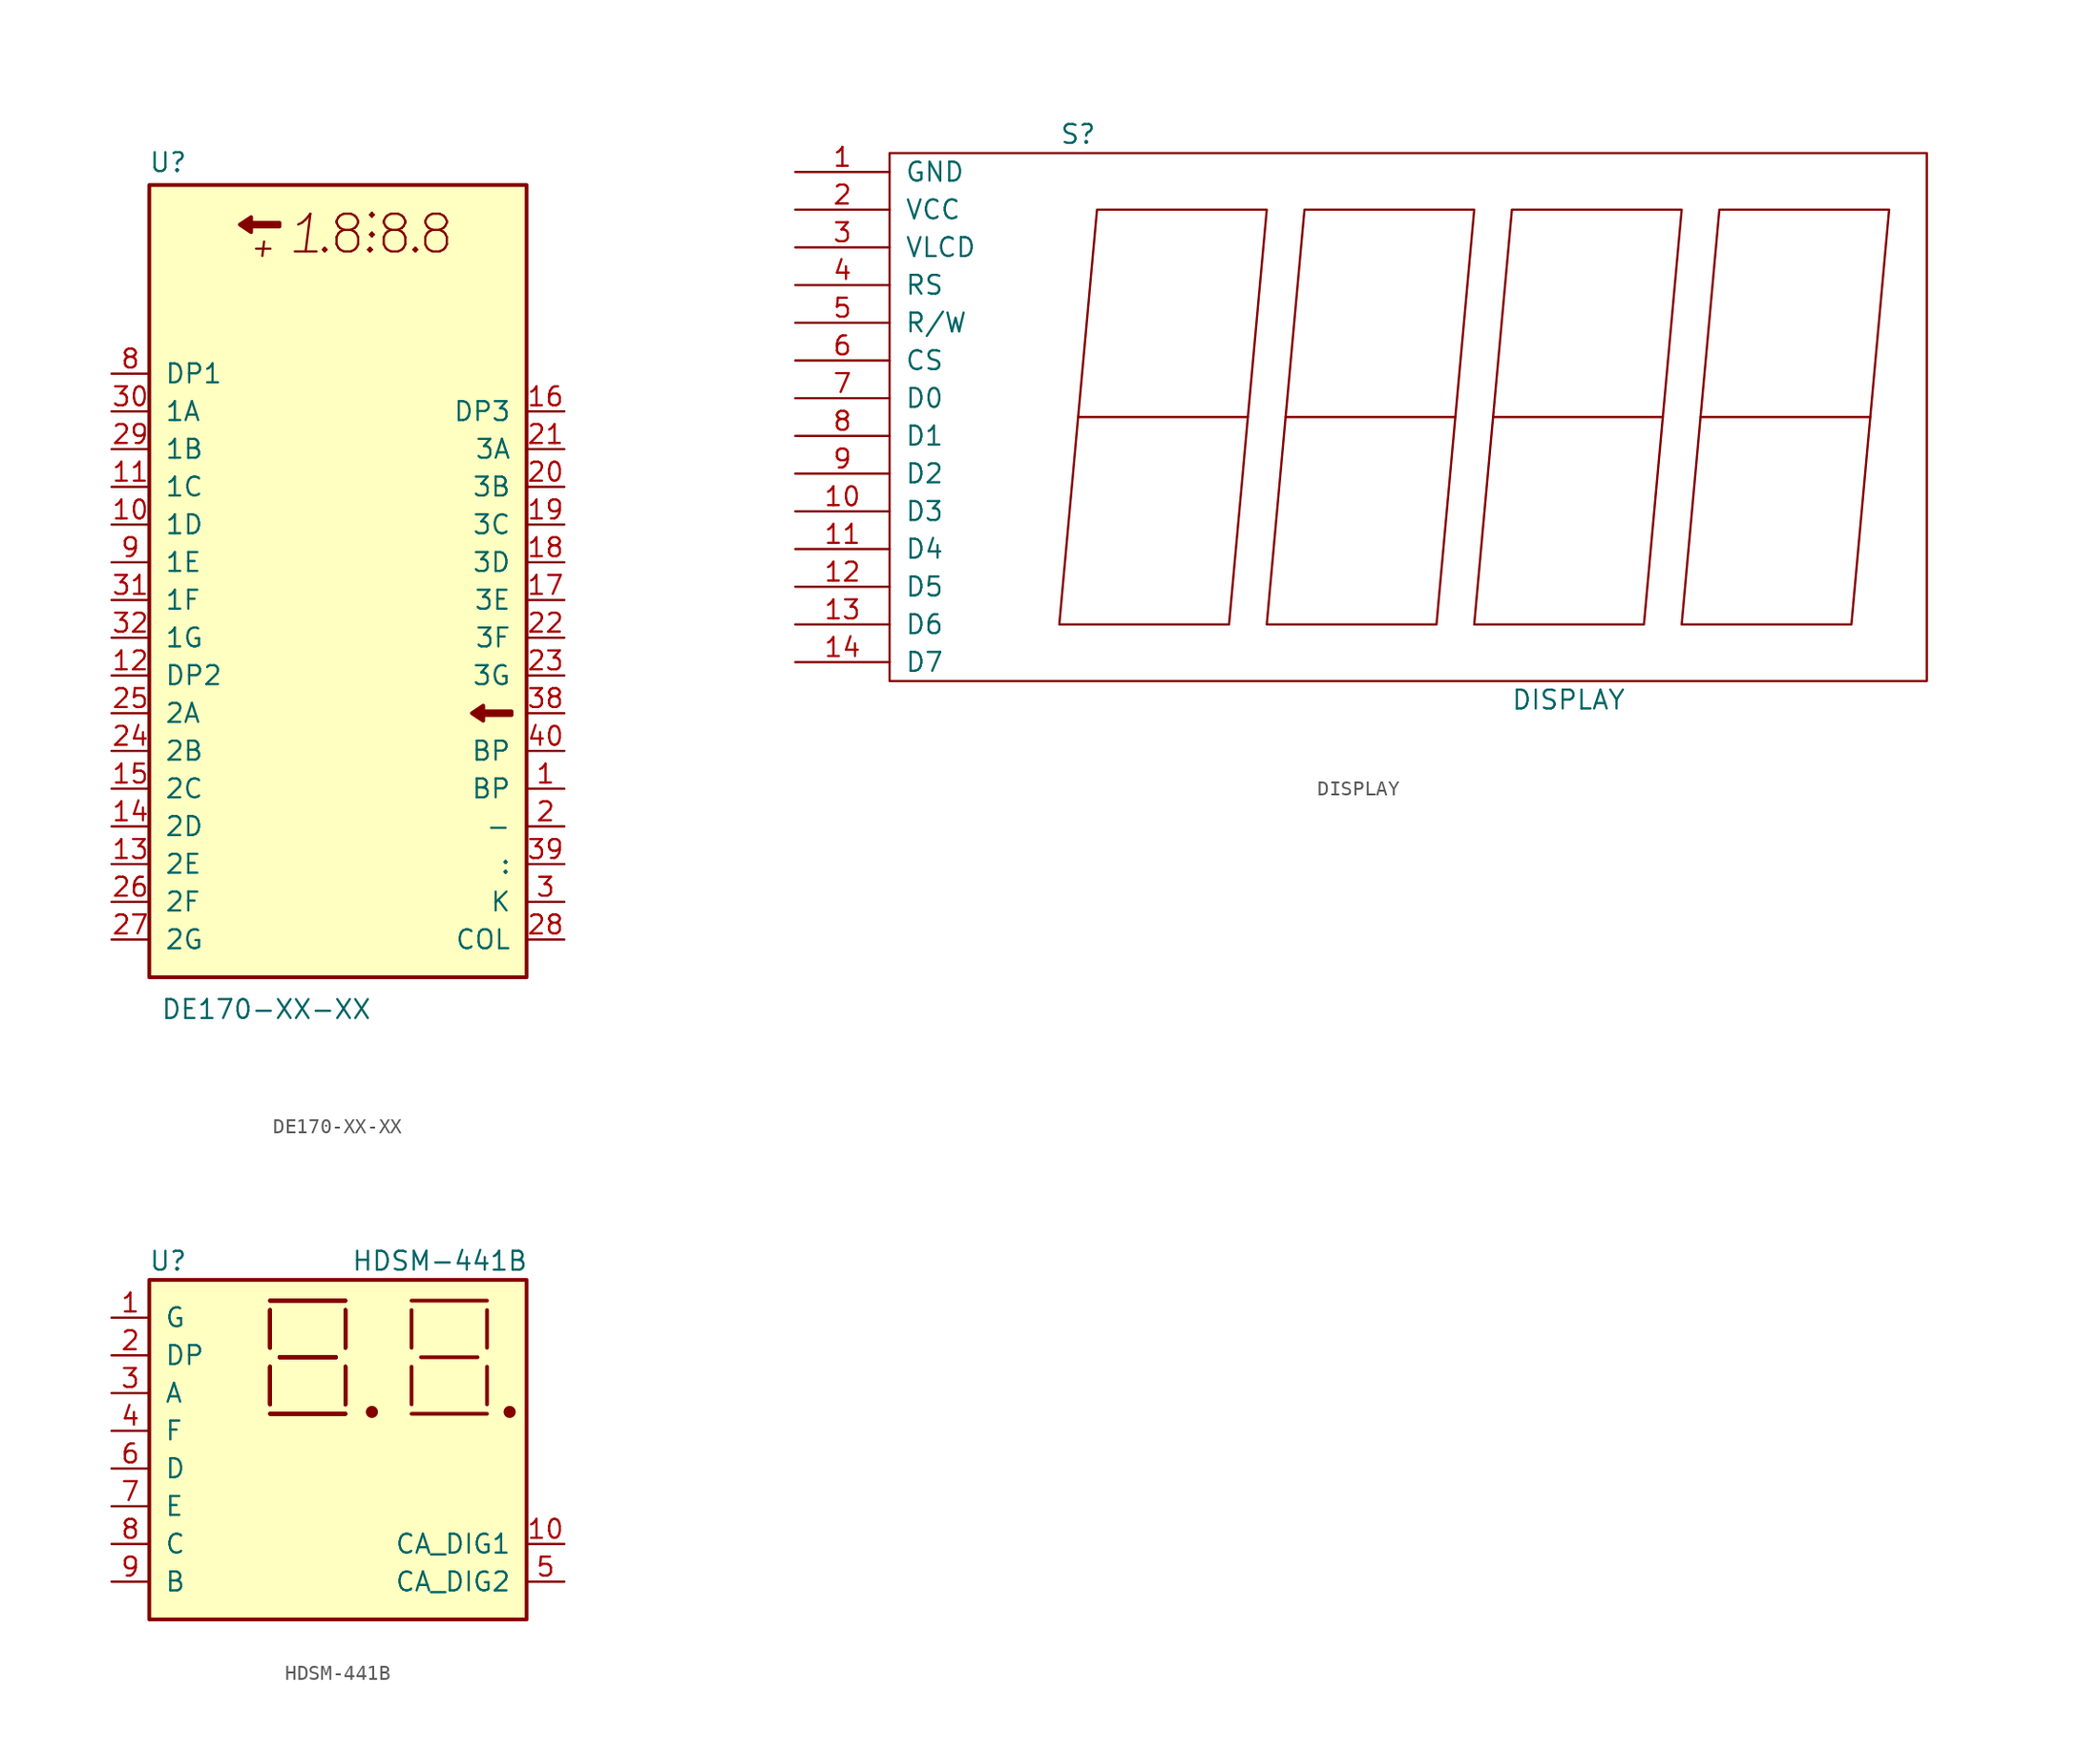
<source format=kicad_sym>
(kicad_symbol_lib
  (version 20231120)
  (generator "kicad_symbol_editor")
  (generator_version "8.0")
  (symbol "DE170-XX-XX"
    (pin_names
      (offset 1.016))
    (property "Reference" "U"
      (at -11.43 26.924 0)
      (effects (font (size 1.27 1.27))))
    (property "Value" "DE170-XX-XX"
      (at -11.938 -30.099 0)
      (effects (font (size 1.27 1.27)) (justify left)))
    (symbol "DE170-XX-XX_0_0"
      (text "+" (at -5.08 21.209 0) (effects (font (size 1.27 1.27) (italic yes))))
      (text "." (at -0.889 22.098 0) (effects (font (size 2.54 2.54))))
      (text "." (at 2.159 22.098 0) (effects (font (size 2.54 2.54))))
      (text "." (at 5.207 22.098 0) (effects (font (size 2.54 2.54))))
      (text "1" (at -2.159 22.098 0) (effects (font (size 2.54 2.54) (italic yes))))
      (text "8" (at 0.635 22.098 0) (effects (font (size 2.54 2.54))))
      (text "8" (at 3.81 22.098 0) (effects (font (size 2.54 2.54))))
      (text "8" (at 6.604 22.098 0) (effects (font (size 2.54 2.54))))
      (text ":" (at 2.286 23.114 0) (effects (font (size 2.54 2.54)))))
    (symbol "DE170-XX-XX_0_1"
      (rectangle (start -12.7 25.4) (end 12.7 -27.94) (stroke (width 0.254) (type default)) (fill (type background)))
      (polyline (pts (xy -3.937 22.86) (xy -3.937 22.606) (xy -5.842 22.606) (xy -5.842 22.225) (xy -6.604 22.733) (xy -5.842 23.241) (xy -5.842 22.86) (xy -3.937 22.86)) (stroke (width 0.254) (type default)) (fill (type outline)))
      (polyline (pts (xy 11.684 -10.033) (xy 11.684 -10.287) (xy 9.779 -10.287) (xy 9.779 -10.668) (xy 9.017 -10.16) (xy 9.779 -9.652) (xy 9.779 -10.033) (xy 11.684 -10.033)) (stroke (width 0.254) (type default)) (fill (type outline))))
    (symbol "DE170-XX-XX_1_1"
      (pin input line (at 15.24 -15.24 180) (length 2.54) (name "BP" (effects (font (size 1.27 1.27)))) (number "1" (effects (font (size 1.27 1.27)))))
      (pin input line (at -15.24 2.54 0) (length 2.54) (name "1D" (effects (font (size 1.27 1.27)))) (number "10" (effects (font (size 1.27 1.27)))))
      (pin input line (at -15.24 5.08 0) (length 2.54) (name "1C" (effects (font (size 1.27 1.27)))) (number "11" (effects (font (size 1.27 1.27)))))
      (pin input line (at -15.24 -7.62 0) (length 2.54) (name "DP2" (effects (font (size 1.27 1.27)))) (number "12" (effects (font (size 1.27 1.27)))))
      (pin input line (at -15.24 -20.32 0) (length 2.54) (name "2E" (effects (font (size 1.27 1.27)))) (number "13" (effects (font (size 1.27 1.27)))))
      (pin input line (at -15.24 -17.78 0) (length 2.54) (name "2D" (effects (font (size 1.27 1.27)))) (number "14" (effects (font (size 1.27 1.27)))))
      (pin input line (at -15.24 -15.24 0) (length 2.54) (name "2C" (effects (font (size 1.27 1.27)))) (number "15" (effects (font (size 1.27 1.27)))))
      (pin input line (at 15.24 10.16 180) (length 2.54) (name "DP3" (effects (font (size 1.27 1.27)))) (number "16" (effects (font (size 1.27 1.27)))))
      (pin input line (at 15.24 -2.54 180) (length 2.54) (name "3E" (effects (font (size 1.27 1.27)))) (number "17" (effects (font (size 1.27 1.27)))))
      (pin input line (at 15.24 0 180) (length 2.54) (name "3D" (effects (font (size 1.27 1.27)))) (number "18" (effects (font (size 1.27 1.27)))))
      (pin input line (at 15.24 2.54 180) (length 2.54) (name "3C" (effects (font (size 1.27 1.27)))) (number "19" (effects (font (size 1.27 1.27)))))
      (pin input line (at 15.24 -17.78 180) (length 2.54) (name "-" (effects (font (size 1.27 1.27)))) (number "2" (effects (font (size 1.27 1.27)))))
      (pin input line (at 15.24 5.08 180) (length 2.54) (name "3B" (effects (font (size 1.27 1.27)))) (number "20" (effects (font (size 1.27 1.27)))))
      (pin input line (at 15.24 7.62 180) (length 2.54) (name "3A" (effects (font (size 1.27 1.27)))) (number "21" (effects (font (size 1.27 1.27)))))
      (pin input line (at 15.24 -5.08 180) (length 2.54) (name "3F" (effects (font (size 1.27 1.27)))) (number "22" (effects (font (size 1.27 1.27)))))
      (pin input line (at 15.24 -7.62 180) (length 2.54) (name "3G" (effects (font (size 1.27 1.27)))) (number "23" (effects (font (size 1.27 1.27)))))
      (pin input line (at -15.24 -12.7 0) (length 2.54) (name "2B" (effects (font (size 1.27 1.27)))) (number "24" (effects (font (size 1.27 1.27)))))
      (pin input line (at -15.24 -10.16 0) (length 2.54) (name "2A" (effects (font (size 1.27 1.27)))) (number "25" (effects (font (size 1.27 1.27)))))
      (pin input line (at -15.24 -22.86 0) (length 2.54) (name "2F" (effects (font (size 1.27 1.27)))) (number "26" (effects (font (size 1.27 1.27)))))
      (pin input line (at -15.24 -25.4 0) (length 2.54) (name "2G" (effects (font (size 1.27 1.27)))) (number "27" (effects (font (size 1.27 1.27)))))
      (pin input line (at 15.24 -25.4 180) (length 2.54) (name "COL" (effects (font (size 1.27 1.27)))) (number "28" (effects (font (size 1.27 1.27)))))
      (pin input line (at -15.24 7.62 0) (length 2.54) (name "1B" (effects (font (size 1.27 1.27)))) (number "29" (effects (font (size 1.27 1.27)))))
      (pin input line (at 15.24 -22.86 180) (length 2.54) (name "K" (effects (font (size 1.27 1.27)))) (number "3" (effects (font (size 1.27 1.27)))))
      (pin input line (at -15.24 10.16 0) (length 2.54) (name "1A" (effects (font (size 1.27 1.27)))) (number "30" (effects (font (size 1.27 1.27)))))
      (pin input line (at -15.24 -2.54 0) (length 2.54) (name "1F" (effects (font (size 1.27 1.27)))) (number "31" (effects (font (size 1.27 1.27)))))
      (pin input line (at -15.24 -5.08 0) (length 2.54) (name "1G" (effects (font (size 1.27 1.27)))) (number "32" (effects (font (size 1.27 1.27)))))
      (pin no_connect line (at 15.24 12.7 180) (length 2.54) hide (name "NC" (effects (font (size 1.27 1.27)))) (number "33" (effects (font (size 1.27 1.27)))))
      (pin no_connect line (at 15.24 15.24 180) (length 2.54) hide (name "NC" (effects (font (size 1.27 1.27)))) (number "34" (effects (font (size 1.27 1.27)))))
      (pin no_connect line (at 15.24 17.78 180) (length 2.54) hide (name "NC" (effects (font (size 1.27 1.27)))) (number "35" (effects (font (size 1.27 1.27)))))
      (pin no_connect line (at 15.24 20.32 180) (length 2.54) hide (name "NC" (effects (font (size 1.27 1.27)))) (number "36" (effects (font (size 1.27 1.27)))))
      (pin no_connect line (at 15.24 22.86 180) (length 2.54) hide (name "NC" (effects (font (size 1.27 1.27)))) (number "37" (effects (font (size 1.27 1.27)))))
      (pin input line (at 15.24 -10.16 180) (length 2.54) (name "~" (effects (font (size 1.27 1.27)))) (number "38" (effects (font (size 1.27 1.27)))))
      (pin input line (at 15.24 -20.32 180) (length 2.54) (name ":" (effects (font (size 1.27 1.27)))) (number "39" (effects (font (size 1.27 1.27)))))
      (pin no_connect line (at -15.24 22.86 0) (length 2.54) hide (name "NC" (effects (font (size 1.27 1.27)))) (number "4" (effects (font (size 1.27 1.27)))))
      (pin input line (at 15.24 -12.7 180) (length 2.54) (name "BP" (effects (font (size 1.27 1.27)))) (number "40" (effects (font (size 1.27 1.27)))))
      (pin no_connect line (at -15.24 20.32 0) (length 2.54) hide (name "NC" (effects (font (size 1.27 1.27)))) (number "5" (effects (font (size 1.27 1.27)))))
      (pin no_connect line (at -15.24 17.78 0) (length 2.54) hide (name "NC" (effects (font (size 1.27 1.27)))) (number "6" (effects (font (size 1.27 1.27)))))
      (pin no_connect line (at -15.24 15.24 0) (length 2.54) hide (name "NC" (effects (font (size 1.27 1.27)))) (number "7" (effects (font (size 1.27 1.27)))))
      (pin input line (at -15.24 12.7 0) (length 2.54) (name "DP1" (effects (font (size 1.27 1.27)))) (number "8" (effects (font (size 1.27 1.27)))))
      (pin input line (at -15.24 0 0) (length 2.54) (name "1E" (effects (font (size 1.27 1.27)))) (number "9" (effects (font (size 1.27 1.27)))))))
  (symbol "DISPLAY"
    (pin_names
      (offset 1.016))
    (property "Reference" "S"
      (at -26.67 19.05 0)
      (effects (font (size 1.27 1.27))))
    (property "Value" "DISPLAY"
      (at 6.35 -19.05 0)
      (effects (font (size 1.27 1.27))))
    (symbol "DISPLAY_0_1"
      (rectangle (start -39.37 17.78) (end 30.48 -17.78) (stroke (width 0) (type default)) (fill (type none)))
      (polyline (pts (xy -26.67 0) (xy -15.24 0)) (stroke (width 0) (type default)) (fill (type none)))
      (polyline (pts (xy -12.7 0) (xy -1.27 0)) (stroke (width 0) (type default)) (fill (type none)))
      (polyline (pts (xy 1.27 0) (xy 12.7 0)) (stroke (width 0) (type default)) (fill (type none)))
      (polyline (pts (xy 15.24 0) (xy 26.67 0)) (stroke (width 0) (type default)) (fill (type none)))
      (polyline (pts (xy -27.94 -13.97) (xy -25.4 13.97) (xy -13.97 13.97) (xy -16.51 -13.97) (xy -27.94 -13.97)) (stroke (width 0) (type default)) (fill (type none)))
      (polyline (pts (xy -13.97 -13.97) (xy -11.43 13.97) (xy 0 13.97) (xy -2.54 -13.97) (xy -13.97 -13.97)) (stroke (width 0) (type default)) (fill (type none)))
      (polyline (pts (xy 0 -13.97) (xy 2.54 13.97) (xy 13.97 13.97) (xy 11.43 -13.97) (xy 0 -13.97)) (stroke (width 0) (type default)) (fill (type none)))
      (polyline (pts (xy 16.51 13.97) (xy 13.97 -13.97) (xy 25.4 -13.97) (xy 27.94 13.97) (xy 16.51 13.97)) (stroke (width 0) (type default)) (fill (type none))))
    (symbol "DISPLAY_1_1"
      (pin power_in line (at -45.72 16.51 0) (length 6.35) (name "GND" (effects (font (size 1.27 1.27)))) (number "1" (effects (font (size 1.27 1.27)))))
      (pin tri_state line (at -45.72 -6.35 0) (length 6.35) (name "D3" (effects (font (size 1.27 1.27)))) (number "10" (effects (font (size 1.27 1.27)))))
      (pin tri_state line (at -45.72 -8.89 0) (length 6.35) (name "D4" (effects (font (size 1.27 1.27)))) (number "11" (effects (font (size 1.27 1.27)))))
      (pin tri_state line (at -45.72 -11.43 0) (length 6.35) (name "D5" (effects (font (size 1.27 1.27)))) (number "12" (effects (font (size 1.27 1.27)))))
      (pin tri_state line (at -45.72 -13.97 0) (length 6.35) (name "D6" (effects (font (size 1.27 1.27)))) (number "13" (effects (font (size 1.27 1.27)))))
      (pin tri_state line (at -45.72 -16.51 0) (length 6.35) (name "D7" (effects (font (size 1.27 1.27)))) (number "14" (effects (font (size 1.27 1.27)))))
      (pin power_in line (at -45.72 13.97 0) (length 6.35) (name "VCC" (effects (font (size 1.27 1.27)))) (number "2" (effects (font (size 1.27 1.27)))))
      (pin input line (at -45.72 11.43 0) (length 6.35) (name "VLCD" (effects (font (size 1.27 1.27)))) (number "3" (effects (font (size 1.27 1.27)))))
      (pin input line (at -45.72 8.89 0) (length 6.35) (name "RS" (effects (font (size 1.27 1.27)))) (number "4" (effects (font (size 1.27 1.27)))))
      (pin input line (at -45.72 6.35 0) (length 6.35) (name "R/W" (effects (font (size 1.27 1.27)))) (number "5" (effects (font (size 1.27 1.27)))))
      (pin input line (at -45.72 3.81 0) (length 6.35) (name "CS" (effects (font (size 1.27 1.27)))) (number "6" (effects (font (size 1.27 1.27)))))
      (pin tri_state line (at -45.72 1.27 0) (length 6.35) (name "D0" (effects (font (size 1.27 1.27)))) (number "7" (effects (font (size 1.27 1.27)))))
      (pin tri_state line (at -45.72 -1.27 0) (length 6.35) (name "D1" (effects (font (size 1.27 1.27)))) (number "8" (effects (font (size 1.27 1.27)))))
      (pin tri_state line (at -45.72 -3.81 0) (length 6.35) (name "D2" (effects (font (size 1.27 1.27)))) (number "9" (effects (font (size 1.27 1.27)))))))
  (symbol "HDSM-441B"
    (pin_names
      (offset 1.016))
    (property "Reference" "U"
      (at -11.43 11.43 0)
      (effects (font (size 1.27 1.27))))
    (property "Value" "HDSM-441B"
      (at 6.858 11.43 0)
      (effects (font (size 1.27 1.27))))
    (symbol "HDSM-441B_0_1"
      (rectangle (start -12.7 10.16) (end 12.7 -12.7) (stroke (width 0.254) (type default)) (fill (type background)))
      (polyline (pts (xy -4.572 1.143) (xy 0.508 1.143)) (stroke (width 0.254) (type default)) (fill (type none)))
      (polyline (pts (xy -4.572 1.143) (xy 0.508 1.143)) (stroke (width 0.254) (type default)) (fill (type none)))
      (polyline (pts (xy -4.572 1.143) (xy 0.508 1.143)) (stroke (width 0.254) (type default)) (fill (type none)))
      (polyline (pts (xy -4.572 1.143) (xy 0.508 1.143)) (stroke (width 0.254) (type default)) (fill (type none)))
      (polyline (pts (xy -4.572 1.778) (xy -4.572 4.318)) (stroke (width 0.254) (type default)) (fill (type none)))
      (polyline (pts (xy -4.572 1.778) (xy -4.572 4.318)) (stroke (width 0.254) (type default)) (fill (type none)))
      (polyline (pts (xy -4.572 1.778) (xy -4.572 4.318)) (stroke (width 0.254) (type default)) (fill (type none)))
      (polyline (pts (xy -4.572 1.778) (xy -4.572 4.318)) (stroke (width 0.254) (type default)) (fill (type none)))
      (polyline (pts (xy -4.572 5.588) (xy -4.572 8.128)) (stroke (width 0.254) (type default)) (fill (type none)))
      (polyline (pts (xy -4.572 5.588) (xy -4.572 8.128)) (stroke (width 0.254) (type default)) (fill (type none)))
      (polyline (pts (xy -4.572 5.588) (xy -4.572 8.128)) (stroke (width 0.254) (type default)) (fill (type none)))
      (polyline (pts (xy -4.572 5.588) (xy -4.572 8.128)) (stroke (width 0.254) (type default)) (fill (type none)))
      (polyline (pts (xy -4.572 8.763) (xy 0.508 8.763)) (stroke (width 0.254) (type default)) (fill (type none)))
      (polyline (pts (xy -4.572 8.763) (xy 0.508 8.763)) (stroke (width 0.254) (type default)) (fill (type none)))
      (polyline (pts (xy -4.572 8.763) (xy 0.508 8.763)) (stroke (width 0.254) (type default)) (fill (type none)))
      (polyline (pts (xy -4.572 8.763) (xy 0.508 8.763)) (stroke (width 0.254) (type default)) (fill (type none)))
      (polyline (pts (xy -3.937 4.953) (xy -0.127 4.953)) (stroke (width 0.254) (type default)) (fill (type none)))
      (polyline (pts (xy -3.937 4.953) (xy -0.127 4.953)) (stroke (width 0.254) (type default)) (fill (type none)))
      (polyline (pts (xy -3.937 4.953) (xy -0.127 4.953)) (stroke (width 0.254) (type default)) (fill (type none)))
      (polyline (pts (xy -3.937 4.953) (xy -0.127 4.953)) (stroke (width 0.254) (type default)) (fill (type none)))
      (polyline (pts (xy 0.508 1.778) (xy 0.508 4.318)) (stroke (width 0.254) (type default)) (fill (type none)))
      (polyline (pts (xy 0.508 1.778) (xy 0.508 4.318)) (stroke (width 0.254) (type default)) (fill (type none)))
      (polyline (pts (xy 0.508 1.778) (xy 0.508 4.318)) (stroke (width 0.254) (type default)) (fill (type none)))
      (polyline (pts (xy 0.508 1.778) (xy 0.508 4.318)) (stroke (width 0.254) (type default)) (fill (type none)))
      (polyline (pts (xy 0.508 8.128) (xy 0.508 5.588)) (stroke (width 0.254) (type default)) (fill (type none)))
      (polyline (pts (xy 0.508 8.128) (xy 0.508 5.588)) (stroke (width 0.254) (type default)) (fill (type none)))
      (polyline (pts (xy 0.508 8.128) (xy 0.508 5.588)) (stroke (width 0.254) (type default)) (fill (type none)))
      (polyline (pts (xy 0.508 8.128) (xy 0.508 5.588)) (stroke (width 0.254) (type default)) (fill (type none)))
      (polyline (pts (xy 4.953 1.143) (xy 10.033 1.143)) (stroke (width 0.254) (type default)) (fill (type none)))
      (polyline (pts (xy 4.953 1.778) (xy 4.953 4.318)) (stroke (width 0.254) (type default)) (fill (type none)))
      (polyline (pts (xy 4.953 5.588) (xy 4.953 8.128)) (stroke (width 0.254) (type default)) (fill (type none)))
      (polyline (pts (xy 4.953 8.763) (xy 10.033 8.763)) (stroke (width 0.254) (type default)) (fill (type none)))
      (polyline (pts (xy 5.588 4.953) (xy 9.398 4.953)) (stroke (width 0.254) (type default)) (fill (type none)))
      (polyline (pts (xy 10.033 1.778) (xy 10.033 4.318)) (stroke (width 0.254) (type default)) (fill (type none)))
      (polyline (pts (xy 10.033 5.588) (xy 10.033 8.128)) (stroke (width 0.254) (type default)) (fill (type none)))
      (circle (center 2.286 1.27) (radius 0.279) (stroke (width 0.254) (type default)) (fill (type outline)))
      (circle (center 11.557 1.27) (radius 0.279) (stroke (width 0.254) (type default)) (fill (type outline))))
    (symbol "HDSM-441B_1_1"
      (pin input line (at -15.24 7.62 0) (length 2.54) (name "G" (effects (font (size 1.27 1.27)))) (number "1" (effects (font (size 1.27 1.27)))))
      (pin input line (at 15.24 -7.62 180) (length 2.54) (name "CA_DIG1" (effects (font (size 1.27 1.27)))) (number "10" (effects (font (size 1.27 1.27)))))
      (pin input line (at -15.24 5.08 0) (length 2.54) (name "DP" (effects (font (size 1.27 1.27)))) (number "2" (effects (font (size 1.27 1.27)))))
      (pin input line (at -15.24 2.54 0) (length 2.54) (name "A" (effects (font (size 1.27 1.27)))) (number "3" (effects (font (size 1.27 1.27)))))
      (pin input line (at -15.24 0 0) (length 2.54) (name "F" (effects (font (size 1.27 1.27)))) (number "4" (effects (font (size 1.27 1.27)))))
      (pin input line (at 15.24 -10.16 180) (length 2.54) (name "CA_DIG2" (effects (font (size 1.27 1.27)))) (number "5" (effects (font (size 1.27 1.27)))))
      (pin input line (at -15.24 -2.54 0) (length 2.54) (name "D" (effects (font (size 1.27 1.27)))) (number "6" (effects (font (size 1.27 1.27)))))
      (pin input line (at -15.24 -5.08 0) (length 2.54) (name "E" (effects (font (size 1.27 1.27)))) (number "7" (effects (font (size 1.27 1.27)))))
      (pin input line (at -15.24 -7.62 0) (length 2.54) (name "C" (effects (font (size 1.27 1.27)))) (number "8" (effects (font (size 1.27 1.27)))))
      (pin input line (at -15.24 -10.16 0) (length 2.54) (name "B" (effects (font (size 1.27 1.27)))) (number "9" (effects (font (size 1.27 1.27))))))))
</source>
